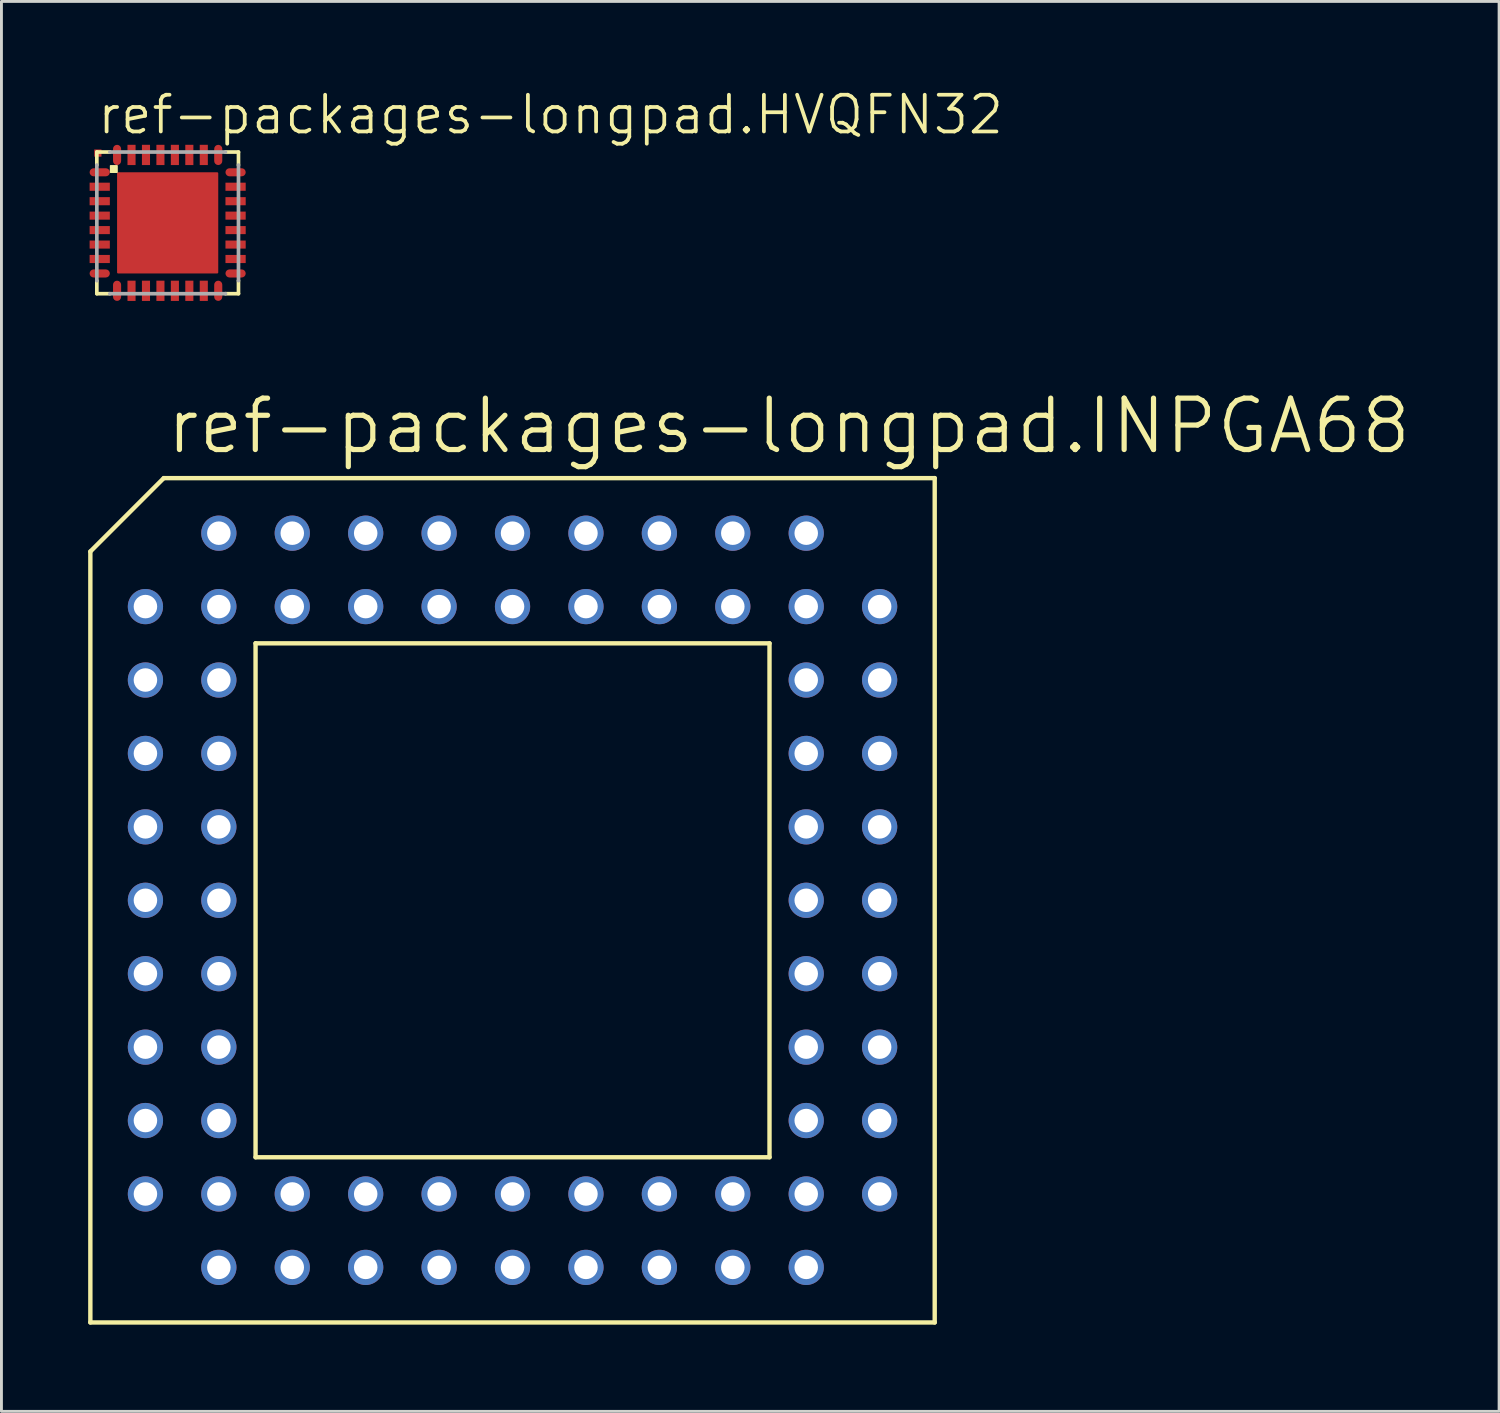
<source format=kicad_pcb>
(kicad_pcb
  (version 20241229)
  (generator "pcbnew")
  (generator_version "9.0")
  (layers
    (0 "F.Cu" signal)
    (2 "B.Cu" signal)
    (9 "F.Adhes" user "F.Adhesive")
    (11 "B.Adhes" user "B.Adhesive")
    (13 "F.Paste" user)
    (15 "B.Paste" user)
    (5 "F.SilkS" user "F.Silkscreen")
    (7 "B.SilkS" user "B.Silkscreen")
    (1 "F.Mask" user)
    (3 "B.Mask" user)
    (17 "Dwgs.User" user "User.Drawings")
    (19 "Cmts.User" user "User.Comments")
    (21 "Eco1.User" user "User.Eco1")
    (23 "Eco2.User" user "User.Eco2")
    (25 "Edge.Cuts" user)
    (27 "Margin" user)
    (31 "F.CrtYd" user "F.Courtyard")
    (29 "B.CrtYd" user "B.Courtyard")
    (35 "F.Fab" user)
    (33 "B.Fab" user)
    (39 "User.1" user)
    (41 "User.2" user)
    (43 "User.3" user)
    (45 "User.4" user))
  (footprint "ref-packages-longpad.INPGA68"
    (layer "F.Cu")
    (at 14.681 28.095)
    (property "Reference" "ref-packages-longpad.INPGA68" (at -12.065 -15.367 0) (layer "F.SilkS") (effects (font (size 1.778 1.778) (thickness 0.18)) (justify left bottom)))
    (attr through_hole)
    (fp_line (start -14.605 -12.065) (end -12.065 -14.605) (stroke (width 0.152) (type default)) (layer "F.SilkS"))
    (fp_line (start -14.605 14.605) (end -14.605 -12.065) (stroke (width 0.152) (type default)) (layer "F.SilkS"))
    (fp_line (start -12.065 -14.605) (end 14.605 -14.605) (stroke (width 0.152) (type default)) (layer "F.SilkS"))
    (fp_line (start -8.89 8.89) (end -8.89 -8.89) (stroke (width 0.152) (type default)) (layer "F.SilkS"))
    (fp_line (start -8.89 8.89) (end 8.89 8.89) (stroke (width 0.152) (type default)) (layer "F.SilkS"))
    (fp_line (start 8.89 -8.89) (end -8.89 -8.89) (stroke (width 0.152) (type default)) (layer "F.SilkS"))
    (fp_line (start 8.89 -8.89) (end 8.89 8.89) (stroke (width 0.152) (type default)) (layer "F.SilkS"))
    (fp_line (start 14.605 -14.605) (end 14.605 14.605) (stroke (width 0.152) (type default)) (layer "F.SilkS"))
    (fp_line (start 14.605 14.605) (end -14.605 14.605) (stroke (width 0.152) (type default)) (layer "F.SilkS"))
    (pad "1" thru_hole circle (at -12.7 -10.16) (size 1.219 1.219) (drill 0.813) (layers "*.Cu" "*.Mask"))
    (pad "2" thru_hole circle (at -10.16 -10.16) (size 1.219 1.219) (drill 0.813) (layers "*.Cu" "*.Mask"))
    (pad "3" thru_hole circle (at -12.7 -7.62) (size 1.219 1.219) (drill 0.813) (layers "*.Cu" "*.Mask"))
    (pad "4" thru_hole circle (at -10.16 -7.62) (size 1.219 1.219) (drill 0.813) (layers "*.Cu" "*.Mask"))
    (pad "5" thru_hole circle (at -12.7 -5.08) (size 1.219 1.219) (drill 0.813) (layers "*.Cu" "*.Mask"))
    (pad "6" thru_hole circle (at -10.16 -5.08) (size 1.219 1.219) (drill 0.813) (layers "*.Cu" "*.Mask"))
    (pad "7" thru_hole circle (at -12.7 -2.54) (size 1.219 1.219) (drill 0.813) (layers "*.Cu" "*.Mask"))
    (pad "8" thru_hole circle (at -10.16 -2.54) (size 1.219 1.219) (drill 0.813) (layers "*.Cu" "*.Mask"))
    (pad "9" thru_hole circle (at -12.7 0) (size 1.219 1.219) (drill 0.813) (layers "*.Cu" "*.Mask"))
    (pad "10" thru_hole circle (at -10.16 0) (size 1.219 1.219) (drill 0.813) (layers "*.Cu" "*.Mask"))
    (pad "11" thru_hole circle (at -12.7 2.54) (size 1.219 1.219) (drill 0.813) (layers "*.Cu" "*.Mask"))
    (pad "12" thru_hole circle (at -10.16 2.54) (size 1.219 1.219) (drill 0.813) (layers "*.Cu" "*.Mask"))
    (pad "13" thru_hole circle (at -12.7 5.08) (size 1.219 1.219) (drill 0.813) (layers "*.Cu" "*.Mask"))
    (pad "14" thru_hole circle (at -10.16 5.08) (size 1.219 1.219) (drill 0.813) (layers "*.Cu" "*.Mask"))
    (pad "15" thru_hole circle (at -12.7 7.62) (size 1.219 1.219) (drill 0.813) (layers "*.Cu" "*.Mask"))
    (pad "16" thru_hole circle (at -10.16 7.62) (size 1.219 1.219) (drill 0.813) (layers "*.Cu" "*.Mask"))
    (pad "17" thru_hole circle (at -12.7 10.16) (size 1.219 1.219) (drill 0.813) (layers "*.Cu" "*.Mask"))
    (pad "18" thru_hole circle (at -10.16 12.7) (size 1.219 1.219) (drill 0.813) (layers "*.Cu" "*.Mask"))
    (pad "19" thru_hole circle (at -10.16 10.16) (size 1.219 1.219) (drill 0.813) (layers "*.Cu" "*.Mask"))
    (pad "20" thru_hole circle (at -7.62 12.7) (size 1.219 1.219) (drill 0.813) (layers "*.Cu" "*.Mask"))
    (pad "21" thru_hole circle (at -7.62 10.16) (size 1.219 1.219) (drill 0.813) (layers "*.Cu" "*.Mask"))
    (pad "22" thru_hole circle (at -5.08 12.7) (size 1.219 1.219) (drill 0.813) (layers "*.Cu" "*.Mask"))
    (pad "23" thru_hole circle (at -5.08 10.16) (size 1.219 1.219) (drill 0.813) (layers "*.Cu" "*.Mask"))
    (pad "24" thru_hole circle (at -2.54 12.7) (size 1.219 1.219) (drill 0.813) (layers "*.Cu" "*.Mask"))
    (pad "25" thru_hole circle (at -2.54 10.16) (size 1.219 1.219) (drill 0.813) (layers "*.Cu" "*.Mask"))
    (pad "26" thru_hole circle (at 0 12.7) (size 1.219 1.219) (drill 0.813) (layers "*.Cu" "*.Mask"))
    (pad "27" thru_hole circle (at 0 10.16) (size 1.219 1.219) (drill 0.813) (layers "*.Cu" "*.Mask"))
    (pad "28" thru_hole circle (at 2.54 12.7) (size 1.219 1.219) (drill 0.813) (layers "*.Cu" "*.Mask"))
    (pad "29" thru_hole circle (at 2.54 10.16) (size 1.219 1.219) (drill 0.813) (layers "*.Cu" "*.Mask"))
    (pad "30" thru_hole circle (at 5.08 12.7) (size 1.219 1.219) (drill 0.813) (layers "*.Cu" "*.Mask"))
    (pad "31" thru_hole circle (at 5.08 10.16) (size 1.219 1.219) (drill 0.813) (layers "*.Cu" "*.Mask"))
    (pad "32" thru_hole circle (at 7.62 12.7) (size 1.219 1.219) (drill 0.813) (layers "*.Cu" "*.Mask"))
    (pad "33" thru_hole circle (at 7.62 10.16) (size 1.219 1.219) (drill 0.813) (layers "*.Cu" "*.Mask"))
    (pad "34" thru_hole circle (at 10.16 12.7) (size 1.219 1.219) (drill 0.813) (layers "*.Cu" "*.Mask"))
    (pad "35" thru_hole circle (at 12.7 10.16) (size 1.219 1.219) (drill 0.813) (layers "*.Cu" "*.Mask"))
    (pad "36" thru_hole circle (at 10.16 10.16) (size 1.219 1.219) (drill 0.813) (layers "*.Cu" "*.Mask"))
    (pad "37" thru_hole circle (at 12.7 7.62) (size 1.219 1.219) (drill 0.813) (layers "*.Cu" "*.Mask"))
    (pad "38" thru_hole circle (at 10.16 7.62) (size 1.219 1.219) (drill 0.813) (layers "*.Cu" "*.Mask"))
    (pad "39" thru_hole circle (at 12.7 5.08) (size 1.219 1.219) (drill 0.813) (layers "*.Cu" "*.Mask"))
    (pad "40" thru_hole circle (at 10.16 5.08) (size 1.219 1.219) (drill 0.813) (layers "*.Cu" "*.Mask"))
    (pad "41" thru_hole circle (at 12.7 2.54) (size 1.219 1.219) (drill 0.813) (layers "*.Cu" "*.Mask"))
    (pad "42" thru_hole circle (at 10.16 2.54) (size 1.219 1.219) (drill 0.813) (layers "*.Cu" "*.Mask"))
    (pad "43" thru_hole circle (at 12.7 0) (size 1.219 1.219) (drill 0.813) (layers "*.Cu" "*.Mask"))
    (pad "44" thru_hole circle (at 10.16 0) (size 1.219 1.219) (drill 0.813) (layers "*.Cu" "*.Mask"))
    (pad "45" thru_hole circle (at 12.7 -2.54) (size 1.219 1.219) (drill 0.813) (layers "*.Cu" "*.Mask"))
    (pad "46" thru_hole circle (at 10.16 -2.54) (size 1.219 1.219) (drill 0.813) (layers "*.Cu" "*.Mask"))
    (pad "47" thru_hole circle (at 12.7 -5.08) (size 1.219 1.219) (drill 0.813) (layers "*.Cu" "*.Mask"))
    (pad "48" thru_hole circle (at 10.16 -5.08) (size 1.219 1.219) (drill 0.813) (layers "*.Cu" "*.Mask"))
    (pad "49" thru_hole circle (at 12.7 -7.62) (size 1.219 1.219) (drill 0.813) (layers "*.Cu" "*.Mask"))
    (pad "50" thru_hole circle (at 10.16 -7.62) (size 1.219 1.219) (drill 0.813) (layers "*.Cu" "*.Mask"))
    (pad "51" thru_hole circle (at 12.7 -10.16) (size 1.219 1.219) (drill 0.813) (layers "*.Cu" "*.Mask"))
    (pad "52" thru_hole circle (at 10.16 -12.7) (size 1.219 1.219) (drill 0.813) (layers "*.Cu" "*.Mask"))
    (pad "53" thru_hole circle (at 10.16 -10.16) (size 1.219 1.219) (drill 0.813) (layers "*.Cu" "*.Mask"))
    (pad "54" thru_hole circle (at 7.62 -12.7) (size 1.219 1.219) (drill 0.813) (layers "*.Cu" "*.Mask"))
    (pad "55" thru_hole circle (at 7.62 -10.16) (size 1.219 1.219) (drill 0.813) (layers "*.Cu" "*.Mask"))
    (pad "56" thru_hole circle (at 5.08 -12.7) (size 1.219 1.219) (drill 0.813) (layers "*.Cu" "*.Mask"))
    (pad "57" thru_hole circle (at 5.08 -10.16) (size 1.219 1.219) (drill 0.813) (layers "*.Cu" "*.Mask"))
    (pad "58" thru_hole circle (at 2.54 -12.7) (size 1.219 1.219) (drill 0.813) (layers "*.Cu" "*.Mask"))
    (pad "59" thru_hole circle (at 2.54 -10.16) (size 1.219 1.219) (drill 0.813) (layers "*.Cu" "*.Mask"))
    (pad "60" thru_hole circle (at 0 -12.7) (size 1.219 1.219) (drill 0.813) (layers "*.Cu" "*.Mask"))
    (pad "61" thru_hole circle (at 0 -10.16) (size 1.219 1.219) (drill 0.813) (layers "*.Cu" "*.Mask"))
    (pad "62" thru_hole circle (at -2.54 -12.7) (size 1.219 1.219) (drill 0.813) (layers "*.Cu" "*.Mask"))
    (pad "63" thru_hole circle (at -2.54 -10.16) (size 1.219 1.219) (drill 0.813) (layers "*.Cu" "*.Mask"))
    (pad "64" thru_hole circle (at -5.08 -12.7) (size 1.219 1.219) (drill 0.813) (layers "*.Cu" "*.Mask"))
    (pad "65" thru_hole circle (at -5.08 -10.16) (size 1.219 1.219) (drill 0.813) (layers "*.Cu" "*.Mask"))
    (pad "66" thru_hole circle (at -7.62 -12.7) (size 1.219 1.219) (drill 0.813) (layers "*.Cu" "*.Mask"))
    (pad "67" thru_hole circle (at -7.62 -10.16) (size 1.219 1.219) (drill 0.813) (layers "*.Cu" "*.Mask"))
    (pad "68" thru_hole circle (at -10.16 -12.7) (size 1.219 1.219) (drill 0.813) (layers "*.Cu" "*.Mask")))
  (footprint "ref-packages-longpad.HVQFN32"
    (layer "F.Cu")
    (at 2.75 4.66)
    (property "Reference" "ref-packages-longpad.HVQFN32" (at -2.5 -3 0) (layer "F.SilkS") (effects (font (size 1.27 1.27) (thickness 0.13)) (justify left bottom)))
    (attr smd)
    (fp_rect (start -2.725 -1.575) (end -1.975 -1.925) (stroke (width 0.05) (type default)) (fill yes) (layer "F.Mask"))
    (fp_rect (start -2.725 -1.075) (end -1.975 -1.425) (stroke (width 0.05) (type default)) (fill yes) (layer "F.Mask"))
    (fp_rect (start -2.725 -0.575) (end -1.975 -0.925) (stroke (width 0.05) (type default)) (fill yes) (layer "F.Mask"))
    (fp_rect (start -2.725 -0.075) (end -1.975 -0.425) (stroke (width 0.05) (type default)) (fill yes) (layer "F.Mask"))
    (fp_rect (start -2.725 0.425) (end -1.975 0.075) (stroke (width 0.05) (type default)) (fill yes) (layer "F.Mask"))
    (fp_rect (start -2.725 0.925) (end -1.975 0.575) (stroke (width 0.05) (type default)) (fill yes) (layer "F.Mask"))
    (fp_rect (start -2.725 1.425) (end -1.975 1.075) (stroke (width 0.05) (type default)) (fill yes) (layer "F.Mask"))
    (fp_rect (start -2.725 1.925) (end -1.975 1.575) (stroke (width 0.05) (type default)) (fill yes) (layer "F.Mask"))
    (fp_rect (start -1.925 -1.975) (end -1.575 -2.725) (stroke (width 0.05) (type default)) (fill yes) (layer "F.Mask"))
    (fp_rect (start -1.925 2.725) (end -1.575 1.975) (stroke (width 0.05) (type default)) (fill yes) (layer "F.Mask"))
    (fp_rect (start -1.75 1.75) (end 1.75 -1.75) (stroke (width 0.05) (type default)) (fill yes) (layer "F.Mask"))
    (fp_rect (start -1.425 -1.975) (end -1.075 -2.725) (stroke (width 0.05) (type default)) (fill yes) (layer "F.Mask"))
    (fp_rect (start -1.425 2.725) (end -1.075 1.975) (stroke (width 0.05) (type default)) (fill yes) (layer "F.Mask"))
    (fp_rect (start -0.925 -1.975) (end -0.575 -2.725) (stroke (width 0.05) (type default)) (fill yes) (layer "F.Mask"))
    (fp_rect (start -0.925 2.725) (end -0.575 1.975) (stroke (width 0.05) (type default)) (fill yes) (layer "F.Mask"))
    (fp_rect (start -0.425 -1.975) (end -0.075 -2.725) (stroke (width 0.05) (type default)) (fill yes) (layer "F.Mask"))
    (fp_rect (start -0.425 2.725) (end -0.075 1.975) (stroke (width 0.05) (type default)) (fill yes) (layer "F.Mask"))
    (fp_rect (start 0.075 -1.975) (end 0.425 -2.725) (stroke (width 0.05) (type default)) (fill yes) (layer "F.Mask"))
    (fp_rect (start 0.075 2.725) (end 0.425 1.975) (stroke (width 0.05) (type default)) (fill yes) (layer "F.Mask"))
    (fp_rect (start 0.575 -1.975) (end 0.925 -2.725) (stroke (width 0.05) (type default)) (fill yes) (layer "F.Mask"))
    (fp_rect (start 0.575 2.725) (end 0.925 1.975) (stroke (width 0.05) (type default)) (fill yes) (layer "F.Mask"))
    (fp_rect (start 1.075 -1.975) (end 1.425 -2.725) (stroke (width 0.05) (type default)) (fill yes) (layer "F.Mask"))
    (fp_rect (start 1.075 2.725) (end 1.425 1.975) (stroke (width 0.05) (type default)) (fill yes) (layer "F.Mask"))
    (fp_rect (start 1.575 -1.975) (end 1.925 -2.725) (stroke (width 0.05) (type default)) (fill yes) (layer "F.Mask"))
    (fp_rect (start 1.575 2.725) (end 1.925 1.975) (stroke (width 0.05) (type default)) (fill yes) (layer "F.Mask"))
    (fp_rect (start 1.975 -1.575) (end 2.725 -1.925) (stroke (width 0.05) (type default)) (fill yes) (layer "F.Mask"))
    (fp_rect (start 1.975 -1.075) (end 2.725 -1.425) (stroke (width 0.05) (type default)) (fill yes) (layer "F.Mask"))
    (fp_rect (start 1.975 -0.575) (end 2.725 -0.925) (stroke (width 0.05) (type default)) (fill yes) (layer "F.Mask"))
    (fp_rect (start 1.975 -0.075) (end 2.725 -0.425) (stroke (width 0.05) (type default)) (fill yes) (layer "F.Mask"))
    (fp_rect (start 1.975 0.425) (end 2.725 0.075) (stroke (width 0.05) (type default)) (fill yes) (layer "F.Mask"))
    (fp_rect (start 1.975 0.925) (end 2.725 0.575) (stroke (width 0.05) (type default)) (fill yes) (layer "F.Mask"))
    (fp_rect (start 1.975 1.425) (end 2.725 1.075) (stroke (width 0.05) (type default)) (fill yes) (layer "F.Mask"))
    (fp_rect (start 1.975 1.925) (end 2.725 1.575) (stroke (width 0.05) (type default)) (fill yes) (layer "F.Mask"))
    (fp_line (start -2.45 -2.45) (end -2.45 -2) (stroke (width 0.127) (type default)) (layer "F.SilkS"))
    (fp_line (start -2.45 2) (end -2.45 2.45) (stroke (width 0.127) (type default)) (layer "F.SilkS"))
    (fp_line (start -2.45 2.45) (end -2 2.45) (stroke (width 0.127) (type default)) (layer "F.SilkS"))
    (fp_line (start -2 -2.45) (end -2.45 -2.45) (stroke (width 0.127) (type default)) (layer "F.SilkS"))
    (fp_line (start 2 2.45) (end 2.45 2.45) (stroke (width 0.127) (type default)) (layer "F.SilkS"))
    (fp_line (start 2.45 -2.45) (end 2 -2.45) (stroke (width 0.127) (type default)) (layer "F.SilkS"))
    (fp_line (start 2.45 -2) (end 2.45 -2.45) (stroke (width 0.127) (type default)) (layer "F.SilkS"))
    (fp_line (start 2.45 2.45) (end 2.45 2) (stroke (width 0.127) (type default)) (layer "F.SilkS"))
    (fp_rect (start -1.975 -1.75) (end -1.75 -1.975) (stroke (width 0.05) (type default)) (fill yes) (layer "F.SilkS"))
    (fp_line (start -2.45 -2) (end -2.45 2) (stroke (width 0.127) (type default)) (layer "F.Fab"))
    (fp_line (start -2 2.45) (end 2 2.45) (stroke (width 0.127) (type default)) (layer "F.Fab"))
    (fp_line (start 2 -2.45) (end -2 -2.45) (stroke (width 0.127) (type default)) (layer "F.Fab"))
    (fp_line (start 2.45 2) (end 2.45 -2) (stroke (width 0.127) (type default)) (layer "F.Fab"))
    (pad "1" smd roundrect (at -2.35 -1.75) (size 0.7 0.28) (layers "F.Cu" "F.Mask" "F.Paste") (roundrect_rratio 0.5))
    (pad "2" smd roundrect (at -2.35 -1.25) (size 0.7 0.28) (layers "F.Cu" "F.Mask" "F.Paste") (roundrect_rratio 0.01))
    (pad "3" smd roundrect (at -2.35 -0.75) (size 0.7 0.28) (layers "F.Cu" "F.Mask" "F.Paste") (roundrect_rratio 0.01))
    (pad "4" smd roundrect (at -2.35 -0.25) (size 0.7 0.28) (layers "F.Cu" "F.Mask" "F.Paste") (roundrect_rratio 0.01))
    (pad "5" smd roundrect (at -2.35 0.25) (size 0.7 0.28) (layers "F.Cu" "F.Mask" "F.Paste") (roundrect_rratio 0.01))
    (pad "6" smd roundrect (at -2.35 0.75) (size 0.7 0.28) (layers "F.Cu" "F.Mask" "F.Paste") (roundrect_rratio 0.01))
    (pad "7" smd roundrect (at -2.35 1.25) (size 0.7 0.28) (layers "F.Cu" "F.Mask" "F.Paste") (roundrect_rratio 0.01))
    (pad "8" smd roundrect (at -2.35 1.75) (size 0.7 0.28) (layers "F.Cu" "F.Mask" "F.Paste") (roundrect_rratio 0.5))
    (pad "9" smd roundrect (at -1.75 2.35) (size 0.28 0.7) (layers "F.Cu" "F.Mask" "F.Paste") (roundrect_rratio 0.5))
    (pad "10" smd roundrect (at -1.25 2.35) (size 0.28 0.7) (layers "F.Cu" "F.Mask" "F.Paste") (roundrect_rratio 0.01))
    (pad "11" smd roundrect (at -0.75 2.35) (size 0.28 0.7) (layers "F.Cu" "F.Mask" "F.Paste") (roundrect_rratio 0.01))
    (pad "12" smd roundrect (at -0.25 2.35) (size 0.28 0.7) (layers "F.Cu" "F.Mask" "F.Paste") (roundrect_rratio 0.01))
    (pad "13" smd roundrect (at 0.25 2.35) (size 0.28 0.7) (layers "F.Cu" "F.Mask" "F.Paste") (roundrect_rratio 0.01))
    (pad "14" smd roundrect (at 0.75 2.35) (size 0.28 0.7) (layers "F.Cu" "F.Mask" "F.Paste") (roundrect_rratio 0.01))
    (pad "15" smd roundrect (at 1.25 2.35) (size 0.28 0.7) (layers "F.Cu" "F.Mask" "F.Paste") (roundrect_rratio 0.01))
    (pad "16" smd roundrect (at 1.75 2.35) (size 0.28 0.7) (layers "F.Cu" "F.Mask" "F.Paste") (roundrect_rratio 0.5))
    (pad "17" smd roundrect (at 2.35 1.75) (size 0.7 0.28) (layers "F.Cu" "F.Mask" "F.Paste") (roundrect_rratio 0.5))
    (pad "18" smd roundrect (at 2.35 1.25) (size 0.7 0.28) (layers "F.Cu" "F.Mask" "F.Paste") (roundrect_rratio 0.01))
    (pad "19" smd roundrect (at 2.35 0.75) (size 0.7 0.28) (layers "F.Cu" "F.Mask" "F.Paste") (roundrect_rratio 0.01))
    (pad "20" smd roundrect (at 2.35 0.25) (size 0.7 0.28) (layers "F.Cu" "F.Mask" "F.Paste") (roundrect_rratio 0.01))
    (pad "21" smd roundrect (at 2.35 -0.25) (size 0.7 0.28) (layers "F.Cu" "F.Mask" "F.Paste") (roundrect_rratio 0.01))
    (pad "22" smd roundrect (at 2.35 -0.75) (size 0.7 0.28) (layers "F.Cu" "F.Mask" "F.Paste") (roundrect_rratio 0.01))
    (pad "23" smd roundrect (at 2.35 -1.25) (size 0.7 0.28) (layers "F.Cu" "F.Mask" "F.Paste") (roundrect_rratio 0.01))
    (pad "24" smd roundrect (at 2.35 -1.75) (size 0.7 0.28) (layers "F.Cu" "F.Mask" "F.Paste") (roundrect_rratio 0.5))
    (pad "25" smd roundrect (at 1.75 -2.35) (size 0.28 0.7) (layers "F.Cu" "F.Mask" "F.Paste") (roundrect_rratio 0.5))
    (pad "26" smd roundrect (at 1.25 -2.35) (size 0.28 0.7) (layers "F.Cu" "F.Mask" "F.Paste") (roundrect_rratio 0.01))
    (pad "27" smd roundrect (at 0.75 -2.35) (size 0.28 0.7) (layers "F.Cu" "F.Mask" "F.Paste") (roundrect_rratio 0.01))
    (pad "28" smd roundrect (at 0.25 -2.35) (size 0.28 0.7) (layers "F.Cu" "F.Mask" "F.Paste") (roundrect_rratio 0.01))
    (pad "29" smd roundrect (at -0.25 -2.35) (size 0.28 0.7) (layers "F.Cu" "F.Mask" "F.Paste") (roundrect_rratio 0.01))
    (pad "30" smd roundrect (at -0.75 -2.35) (size 0.28 0.7) (layers "F.Cu" "F.Mask" "F.Paste") (roundrect_rratio 0.01))
    (pad "31" smd roundrect (at -1.25 -2.35) (size 0.28 0.7) (layers "F.Cu" "F.Mask" "F.Paste") (roundrect_rratio 0.01))
    (pad "32" smd roundrect (at -1.75 -2.35) (size 0.28 0.7) (layers "F.Cu" "F.Mask" "F.Paste") (roundrect_rratio 0.5))
    (pad "EXP" smd roundrect (at 0 0) (size 3.5 3.5) (layers "F.Cu" "F.Mask" "F.Paste") (roundrect_rratio 0.01))
    (pad "M1" smd roundrect (at -2.415 -2.415) (size 0.25 0.25) (layers "F.Cu" "F.Mask" "F.Paste") (roundrect_rratio 0.01)))
  (gr_rect
    (start -3 -3)
    (end 48.811 45.776)
    (stroke (width 0.1) (type default))
    (fill no)
    (layer "Edge.Cuts")))
</source>
